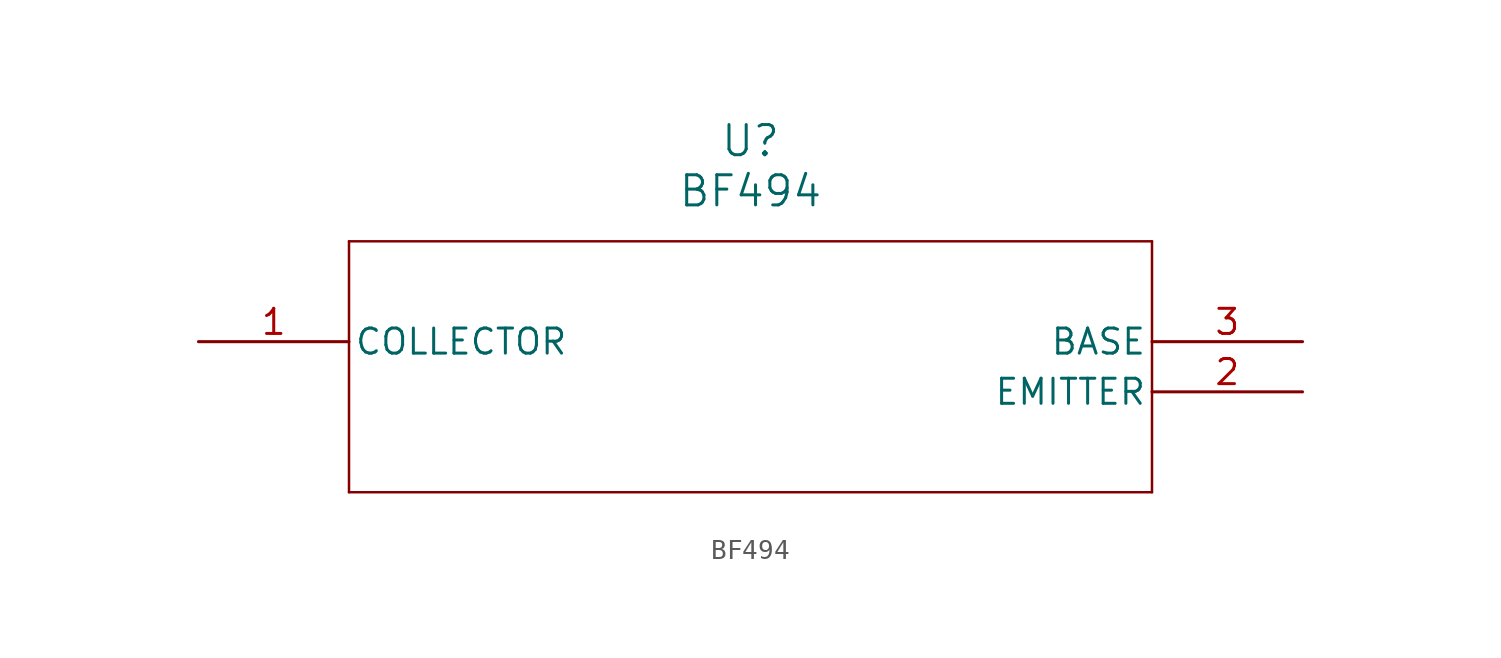
<source format=kicad_sym>
(kicad_symbol_lib
  (version 20211014)
  (generator kicad_symbol_editor)
  (symbol "BF494"
    (pin_names
      (offset 0.254))
    (property "Reference" "U"
      (at 27.94 10.16 0)
      (effects (font (size 1.524 1.524))))
    (property "Value" "BF494"
      (at 27.94 7.62 0)
      (effects (font (size 1.524 1.524))))
    (symbol "BF494_0_1"
      (polyline (pts (xy 7.62 5.08) (xy 7.62 -7.62)) (stroke (width 0.127) (type default) (color 0 0 0 0)) (fill (type none)))
      (polyline (pts (xy 7.62 -7.62) (xy 48.26 -7.62)) (stroke (width 0.127) (type default) (color 0 0 0 0)) (fill (type none)))
      (polyline (pts (xy 48.26 -7.62) (xy 48.26 5.08)) (stroke (width 0.127) (type default) (color 0 0 0 0)) (fill (type none)))
      (polyline (pts (xy 48.26 5.08) (xy 7.62 5.08)) (stroke (width 0.127) (type default) (color 0 0 0 0)) (fill (type none)))
      (pin unspecified line (at 0 0 0) (length 7.62) (name "COLLECTOR" (effects (font (size 1.27 1.27)))) (number "1" (effects (font (size 1.27 1.27)))))
      (pin unspecified line (at 55.88 -2.54 180) (length 7.62) (name "EMITTER" (effects (font (size 1.27 1.27)))) (number "2" (effects (font (size 1.27 1.27)))))
      (pin unspecified line (at 55.88 0 180) (length 7.62) (name "BASE" (effects (font (size 1.27 1.27)))) (number "3" (effects (font (size 1.27 1.27))))))))
</source>
